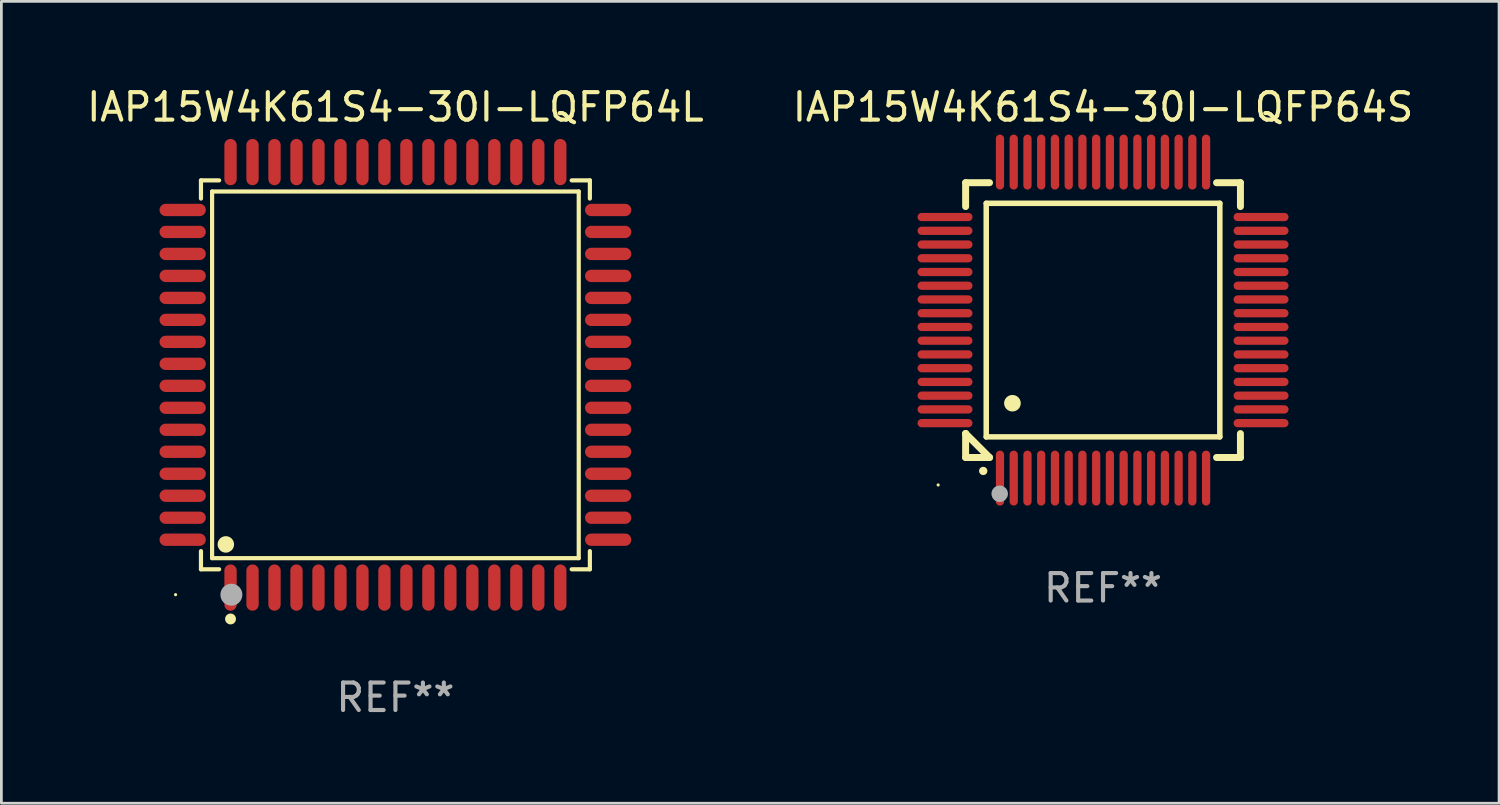
<source format=kicad_pcb>
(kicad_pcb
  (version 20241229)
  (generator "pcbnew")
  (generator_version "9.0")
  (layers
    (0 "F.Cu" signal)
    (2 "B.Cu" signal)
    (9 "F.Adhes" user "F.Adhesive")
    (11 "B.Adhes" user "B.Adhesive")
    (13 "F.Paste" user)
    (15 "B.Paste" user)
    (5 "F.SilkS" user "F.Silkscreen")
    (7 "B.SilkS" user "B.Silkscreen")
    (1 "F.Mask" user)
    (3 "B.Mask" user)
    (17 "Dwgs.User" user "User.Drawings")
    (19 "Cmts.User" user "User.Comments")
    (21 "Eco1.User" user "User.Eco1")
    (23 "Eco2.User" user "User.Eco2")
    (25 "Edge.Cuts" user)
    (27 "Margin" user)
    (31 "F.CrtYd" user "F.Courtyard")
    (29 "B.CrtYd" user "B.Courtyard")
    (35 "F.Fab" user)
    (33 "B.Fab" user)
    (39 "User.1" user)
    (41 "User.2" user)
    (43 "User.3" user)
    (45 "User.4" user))
  (footprint "IAP15W4K61S4-30I-LQFP64S"
    (layer "F.Cu")
    (at 37.089 8.598)
    (property "Reference" "IAP15W4K61S4-30I-LQFP64S" (at 0 -7.75 0) (layer "F.SilkS") (effects (font (size 1 1) (thickness 0.15))))
    (attr through_hole)
    (fp_line (start -5 -5) (end -4.131 -5) (stroke (width 0.254) (type solid)) (layer "F.SilkS"))
    (fp_line (start -5 -4.131) (end -5 -5) (stroke (width 0.254) (type solid)) (layer "F.SilkS"))
    (fp_line (start -5 4.131) (end -5 4.131) (stroke (width 0.254) (type solid)) (layer "F.SilkS"))
    (fp_line (start -5 5) (end -5 4.131) (stroke (width 0.254) (type solid)) (layer "F.SilkS"))
    (fp_line (start -5 4.131) (end -4.131 5) (stroke (width 0.254) (type solid)) (layer "F.SilkS"))
    (fp_line (start -4.25 -4.25) (end -4.25 4.25) (stroke (width 0.2) (type solid)) (layer "F.SilkS"))
    (fp_line (start -4.25 4.25) (end 4.25 4.25) (stroke (width 0.2) (type solid)) (layer "F.SilkS"))
    (fp_line (start -4.131 5) (end -5 5) (stroke (width 0.254) (type solid)) (layer "F.SilkS"))
    (fp_line (start 4.25 -4.25) (end -4.25 -4.25) (stroke (width 0.2) (type solid)) (layer "F.SilkS"))
    (fp_line (start 4.25 4.25) (end 4.25 -4.25) (stroke (width 0.2) (type solid)) (layer "F.SilkS"))
    (fp_line (start 5 -5) (end 4.131 -5) (stroke (width 0.254) (type solid)) (layer "F.SilkS"))
    (fp_line (start 5 -5) (end 5 -4.131) (stroke (width 0.254) (type solid)) (layer "F.SilkS"))
    (fp_line (start 5 4.131) (end 5 5) (stroke (width 0.254) (type solid)) (layer "F.SilkS"))
    (fp_line (start 5 5) (end 4.131 5) (stroke (width 0.254) (type solid)) (layer "F.SilkS"))
    (fp_arc (start -4.361265 5.489992) (mid -4.359995 5.489987) (end -4.358725 5.489992) (stroke (width 0.3) (type solid)) (layer "F.SilkS"))
    (fp_arc (start -3.299467 3.025146) (mid -3.296927 3.025135) (end -3.294387 3.025146) (stroke (width 0.6) (type solid)) (layer "F.SilkS"))
    (fp_circle (center -6 6) (end -5.97 6) (stroke (width 0.06) (type solid)) (fill no) (layer "F.SilkS"))
    (fp_circle (center -3.76 6.32) (end -3.61 6.32) (stroke (width 0.3) (type solid)) (fill no) (layer "F.Fab"))
    (fp_text user "REF**" (at 0 9.75 0) (layer "F.Fab") (effects (font (size 1 1) (thickness 0.15))))
    (pad "1" smd oval (at -3.75 5.75) (size 0.3 2) (layers "F.Cu" "F.Mask" "F.Paste"))
    (pad "2" smd oval (at -3.25 5.75) (size 0.3 2) (layers "F.Cu" "F.Mask" "F.Paste"))
    (pad "3" smd oval (at -2.75 5.75) (size 0.3 2) (layers "F.Cu" "F.Mask" "F.Paste"))
    (pad "4" smd oval (at -2.25 5.75) (size 0.3 2) (layers "F.Cu" "F.Mask" "F.Paste"))
    (pad "5" smd oval (at -1.75 5.75) (size 0.3 2) (layers "F.Cu" "F.Mask" "F.Paste"))
    (pad "6" smd oval (at -1.25 5.75) (size 0.3 2) (layers "F.Cu" "F.Mask" "F.Paste"))
    (pad "7" smd oval (at -0.75 5.75) (size 0.3 2) (layers "F.Cu" "F.Mask" "F.Paste"))
    (pad "8" smd oval (at -0.25 5.75) (size 0.3 2) (layers "F.Cu" "F.Mask" "F.Paste"))
    (pad "9" smd oval (at 0.25 5.75) (size 0.3 2) (layers "F.Cu" "F.Mask" "F.Paste"))
    (pad "10" smd oval (at 0.75 5.75) (size 0.3 2) (layers "F.Cu" "F.Mask" "F.Paste"))
    (pad "11" smd oval (at 1.25 5.75) (size 0.3 2) (layers "F.Cu" "F.Mask" "F.Paste"))
    (pad "12" smd oval (at 1.75 5.75) (size 0.3 2) (layers "F.Cu" "F.Mask" "F.Paste"))
    (pad "13" smd oval (at 2.25 5.75) (size 0.3 2) (layers "F.Cu" "F.Mask" "F.Paste"))
    (pad "14" smd oval (at 2.75 5.75) (size 0.3 2) (layers "F.Cu" "F.Mask" "F.Paste"))
    (pad "15" smd oval (at 3.25 5.75) (size 0.3 2) (layers "F.Cu" "F.Mask" "F.Paste"))
    (pad "16" smd oval (at 3.75 5.75) (size 0.3 2) (layers "F.Cu" "F.Mask" "F.Paste"))
    (pad "17" smd oval (at 5.75 3.75) (size 2 0.3) (layers "F.Cu" "F.Mask" "F.Paste"))
    (pad "18" smd oval (at 5.75 3.25) (size 2 0.3) (layers "F.Cu" "F.Mask" "F.Paste"))
    (pad "19" smd oval (at 5.75 2.75) (size 2 0.3) (layers "F.Cu" "F.Mask" "F.Paste"))
    (pad "20" smd oval (at 5.75 2.25) (size 2 0.3) (layers "F.Cu" "F.Mask" "F.Paste"))
    (pad "21" smd oval (at 5.75 1.75) (size 2 0.3) (layers "F.Cu" "F.Mask" "F.Paste"))
    (pad "22" smd oval (at 5.75 1.25) (size 2 0.3) (layers "F.Cu" "F.Mask" "F.Paste"))
    (pad "23" smd oval (at 5.75 0.75) (size 2 0.3) (layers "F.Cu" "F.Mask" "F.Paste"))
    (pad "24" smd oval (at 5.75 0.25) (size 2 0.3) (layers "F.Cu" "F.Mask" "F.Paste"))
    (pad "25" smd oval (at 5.75 -0.25) (size 2 0.3) (layers "F.Cu" "F.Mask" "F.Paste"))
    (pad "26" smd oval (at 5.75 -0.75) (size 2 0.3) (layers "F.Cu" "F.Mask" "F.Paste"))
    (pad "27" smd oval (at 5.75 -1.25) (size 2 0.3) (layers "F.Cu" "F.Mask" "F.Paste"))
    (pad "28" smd oval (at 5.75 -1.75) (size 2 0.3) (layers "F.Cu" "F.Mask" "F.Paste"))
    (pad "29" smd oval (at 5.75 -2.25) (size 2 0.3) (layers "F.Cu" "F.Mask" "F.Paste"))
    (pad "30" smd oval (at 5.75 -2.75) (size 2 0.3) (layers "F.Cu" "F.Mask" "F.Paste"))
    (pad "31" smd oval (at 5.75 -3.25) (size 2 0.3) (layers "F.Cu" "F.Mask" "F.Paste"))
    (pad "32" smd oval (at 5.75 -3.75) (size 2 0.3) (layers "F.Cu" "F.Mask" "F.Paste"))
    (pad "33" smd oval (at 3.75 -5.75) (size 0.3 2) (layers "F.Cu" "F.Mask" "F.Paste"))
    (pad "34" smd oval (at 3.25 -5.75) (size 0.3 2) (layers "F.Cu" "F.Mask" "F.Paste"))
    (pad "35" smd oval (at 2.75 -5.75) (size 0.3 2) (layers "F.Cu" "F.Mask" "F.Paste"))
    (pad "36" smd oval (at 2.25 -5.75) (size 0.3 2) (layers "F.Cu" "F.Mask" "F.Paste"))
    (pad "37" smd oval (at 1.75 -5.75) (size 0.3 2) (layers "F.Cu" "F.Mask" "F.Paste"))
    (pad "38" smd oval (at 1.25 -5.75) (size 0.3 2) (layers "F.Cu" "F.Mask" "F.Paste"))
    (pad "39" smd oval (at 0.75 -5.75) (size 0.3 2) (layers "F.Cu" "F.Mask" "F.Paste"))
    (pad "40" smd oval (at 0.25 -5.75) (size 0.3 2) (layers "F.Cu" "F.Mask" "F.Paste"))
    (pad "41" smd oval (at -0.25 -5.75) (size 0.3 2) (layers "F.Cu" "F.Mask" "F.Paste"))
    (pad "42" smd oval (at -0.75 -5.75) (size 0.3 2) (layers "F.Cu" "F.Mask" "F.Paste"))
    (pad "43" smd oval (at -1.25 -5.75) (size 0.3 2) (layers "F.Cu" "F.Mask" "F.Paste"))
    (pad "44" smd oval (at -1.75 -5.75) (size 0.3 2) (layers "F.Cu" "F.Mask" "F.Paste"))
    (pad "45" smd oval (at -2.25 -5.75) (size 0.3 2) (layers "F.Cu" "F.Mask" "F.Paste"))
    (pad "46" smd oval (at -2.75 -5.75) (size 0.3 2) (layers "F.Cu" "F.Mask" "F.Paste"))
    (pad "47" smd oval (at -3.25 -5.75) (size 0.3 2) (layers "F.Cu" "F.Mask" "F.Paste"))
    (pad "48" smd oval (at -3.75 -5.75) (size 0.3 2) (layers "F.Cu" "F.Mask" "F.Paste"))
    (pad "49" smd oval (at -5.75 -3.75) (size 2 0.3) (layers "F.Cu" "F.Mask" "F.Paste"))
    (pad "50" smd oval (at -5.75 -3.25) (size 2 0.3) (layers "F.Cu" "F.Mask" "F.Paste"))
    (pad "51" smd oval (at -5.75 -2.75) (size 2 0.3) (layers "F.Cu" "F.Mask" "F.Paste"))
    (pad "52" smd oval (at -5.75 -2.25) (size 2 0.3) (layers "F.Cu" "F.Mask" "F.Paste"))
    (pad "53" smd oval (at -5.75 -1.75) (size 2 0.3) (layers "F.Cu" "F.Mask" "F.Paste"))
    (pad "54" smd oval (at -5.75 -1.25) (size 2 0.3) (layers "F.Cu" "F.Mask" "F.Paste"))
    (pad "55" smd oval (at -5.75 -0.75) (size 2 0.3) (layers "F.Cu" "F.Mask" "F.Paste"))
    (pad "56" smd oval (at -5.75 -0.25) (size 2 0.3) (layers "F.Cu" "F.Mask" "F.Paste"))
    (pad "57" smd oval (at -5.75 0.25) (size 2 0.3) (layers "F.Cu" "F.Mask" "F.Paste"))
    (pad "58" smd oval (at -5.75 0.75) (size 2 0.3) (layers "F.Cu" "F.Mask" "F.Paste"))
    (pad "59" smd oval (at -5.75 1.25) (size 2 0.3) (layers "F.Cu" "F.Mask" "F.Paste"))
    (pad "60" smd oval (at -5.75 1.75) (size 2 0.3) (layers "F.Cu" "F.Mask" "F.Paste"))
    (pad "61" smd oval (at -5.75 2.25) (size 2 0.3) (layers "F.Cu" "F.Mask" "F.Paste"))
    (pad "62" smd oval (at -5.75 2.75) (size 2 0.3) (layers "F.Cu" "F.Mask" "F.Paste"))
    (pad "63" smd oval (at -5.75 3.25) (size 2 0.3) (layers "F.Cu" "F.Mask" "F.Paste"))
    (pad "64" smd oval (at -5.75 3.75) (size 2 0.3) (layers "F.Cu" "F.Mask" "F.Paste")))
  (footprint "IAP15W4K61S4-30I-LQFP64L"
    (layer "F.Cu")
    (at 11.339 10.59)
    (property "Reference" "IAP15W4K61S4-30I-LQFP64L" (at 0 -9.742 0) (layer "F.SilkS") (effects (font (size 1 1) (thickness 0.15))))
    (attr through_hole)
    (fp_line (start -7.076 -7.076) (end -6.415 -7.076) (stroke (width 0.152) (type solid)) (layer "F.SilkS"))
    (fp_line (start -7.076 -6.415) (end -7.076 -7.076) (stroke (width 0.152) (type solid)) (layer "F.SilkS"))
    (fp_line (start -7.076 6.415) (end -7.076 7.076) (stroke (width 0.152) (type solid)) (layer "F.SilkS"))
    (fp_line (start -7.076 7.076) (end -6.415 7.076) (stroke (width 0.152) (type solid)) (layer "F.SilkS"))
    (fp_line (start -6.671 -6.671) (end 6.671 -6.671) (stroke (width 0.152) (type solid)) (layer "F.SilkS"))
    (fp_line (start -6.671 6.671) (end -6.671 -6.671) (stroke (width 0.152) (type solid)) (layer "F.SilkS"))
    (fp_line (start 6.671 -6.671) (end 6.671 6.671) (stroke (width 0.152) (type solid)) (layer "F.SilkS"))
    (fp_line (start 6.671 6.671) (end -6.671 6.671) (stroke (width 0.152) (type solid)) (layer "F.SilkS"))
    (fp_line (start 7.076 -7.076) (end 6.415 -7.076) (stroke (width 0.152) (type solid)) (layer "F.SilkS"))
    (fp_line (start 7.076 -6.415) (end 7.076 -7.076) (stroke (width 0.152) (type solid)) (layer "F.SilkS"))
    (fp_line (start 7.076 6.415) (end 7.076 7.076) (stroke (width 0.152) (type solid)) (layer "F.SilkS"))
    (fp_line (start 7.076 7.076) (end 6.415 7.076) (stroke (width 0.152) (type solid)) (layer "F.SilkS"))
    (fp_circle (center -8 8) (end -7.97 8) (stroke (width 0.06) (type solid)) (fill no) (layer "F.SilkS"))
    (fp_circle (center -6.171 6.171) (end -6.021 6.171) (stroke (width 0.3) (type solid)) (fill no) (layer "F.SilkS"))
    (fp_circle (center -6 8.884) (end -5.9 8.884) (stroke (width 0.2) (type solid)) (fill no) (layer "F.SilkS"))
    (fp_circle (center -5.969 8.001) (end -5.769 8.001) (stroke (width 0.4) (type solid)) (fill no) (layer "F.Fab"))
    (fp_text user "REF**" (at 0 11.742 0) (layer "F.Fab") (effects (font (size 1 1) (thickness 0.15))))
    (pad "1" smd oval (at -6 7.742) (size 0.448 1.684) (layers "F.Cu" "F.Mask" "F.Paste"))
    (pad "2" smd oval (at -5.2 7.742) (size 0.448 1.684) (layers "F.Cu" "F.Mask" "F.Paste"))
    (pad "3" smd oval (at -4.4 7.742) (size 0.448 1.684) (layers "F.Cu" "F.Mask" "F.Paste"))
    (pad "4" smd oval (at -3.6 7.742) (size 0.448 1.684) (layers "F.Cu" "F.Mask" "F.Paste"))
    (pad "5" smd oval (at -2.8 7.742) (size 0.448 1.684) (layers "F.Cu" "F.Mask" "F.Paste"))
    (pad "6" smd oval (at -2 7.742) (size 0.448 1.684) (layers "F.Cu" "F.Mask" "F.Paste"))
    (pad "7" smd oval (at -1.2 7.742) (size 0.448 1.684) (layers "F.Cu" "F.Mask" "F.Paste"))
    (pad "8" smd oval (at -0.4 7.742) (size 0.448 1.684) (layers "F.Cu" "F.Mask" "F.Paste"))
    (pad "9" smd oval (at 0.4 7.742) (size 0.448 1.684) (layers "F.Cu" "F.Mask" "F.Paste"))
    (pad "10" smd oval (at 1.2 7.742) (size 0.448 1.684) (layers "F.Cu" "F.Mask" "F.Paste"))
    (pad "11" smd oval (at 2 7.742) (size 0.448 1.684) (layers "F.Cu" "F.Mask" "F.Paste"))
    (pad "12" smd oval (at 2.8 7.742) (size 0.448 1.684) (layers "F.Cu" "F.Mask" "F.Paste"))
    (pad "13" smd oval (at 3.6 7.742) (size 0.448 1.684) (layers "F.Cu" "F.Mask" "F.Paste"))
    (pad "14" smd oval (at 4.4 7.742) (size 0.448 1.684) (layers "F.Cu" "F.Mask" "F.Paste"))
    (pad "15" smd oval (at 5.2 7.742) (size 0.448 1.684) (layers "F.Cu" "F.Mask" "F.Paste"))
    (pad "16" smd oval (at 6 7.742) (size 0.448 1.684) (layers "F.Cu" "F.Mask" "F.Paste"))
    (pad "17" smd oval (at 7.742 6) (size 1.684 0.448) (layers "F.Cu" "F.Mask" "F.Paste"))
    (pad "18" smd oval (at 7.742 5.2) (size 1.684 0.448) (layers "F.Cu" "F.Mask" "F.Paste"))
    (pad "19" smd oval (at 7.742 4.4) (size 1.684 0.448) (layers "F.Cu" "F.Mask" "F.Paste"))
    (pad "20" smd oval (at 7.742 3.6) (size 1.684 0.448) (layers "F.Cu" "F.Mask" "F.Paste"))
    (pad "21" smd oval (at 7.742 2.8) (size 1.684 0.448) (layers "F.Cu" "F.Mask" "F.Paste"))
    (pad "22" smd oval (at 7.742 2) (size 1.684 0.448) (layers "F.Cu" "F.Mask" "F.Paste"))
    (pad "23" smd oval (at 7.742 1.2) (size 1.684 0.448) (layers "F.Cu" "F.Mask" "F.Paste"))
    (pad "24" smd oval (at 7.742 0.4) (size 1.684 0.448) (layers "F.Cu" "F.Mask" "F.Paste"))
    (pad "25" smd oval (at 7.742 -0.4) (size 1.684 0.448) (layers "F.Cu" "F.Mask" "F.Paste"))
    (pad "26" smd oval (at 7.742 -1.2) (size 1.684 0.448) (layers "F.Cu" "F.Mask" "F.Paste"))
    (pad "27" smd oval (at 7.742 -2) (size 1.684 0.448) (layers "F.Cu" "F.Mask" "F.Paste"))
    (pad "28" smd oval (at 7.742 -2.8) (size 1.684 0.448) (layers "F.Cu" "F.Mask" "F.Paste"))
    (pad "29" smd oval (at 7.742 -3.6) (size 1.684 0.448) (layers "F.Cu" "F.Mask" "F.Paste"))
    (pad "30" smd oval (at 7.742 -4.4) (size 1.684 0.448) (layers "F.Cu" "F.Mask" "F.Paste"))
    (pad "31" smd oval (at 7.742 -5.2) (size 1.684 0.448) (layers "F.Cu" "F.Mask" "F.Paste"))
    (pad "32" smd oval (at 7.742 -6) (size 1.684 0.448) (layers "F.Cu" "F.Mask" "F.Paste"))
    (pad "33" smd oval (at 6 -7.742) (size 0.448 1.684) (layers "F.Cu" "F.Mask" "F.Paste"))
    (pad "34" smd oval (at 5.2 -7.742) (size 0.448 1.684) (layers "F.Cu" "F.Mask" "F.Paste"))
    (pad "35" smd oval (at 4.4 -7.742) (size 0.448 1.684) (layers "F.Cu" "F.Mask" "F.Paste"))
    (pad "36" smd oval (at 3.6 -7.742) (size 0.448 1.684) (layers "F.Cu" "F.Mask" "F.Paste"))
    (pad "37" smd oval (at 2.8 -7.742) (size 0.448 1.684) (layers "F.Cu" "F.Mask" "F.Paste"))
    (pad "38" smd oval (at 2 -7.742) (size 0.448 1.684) (layers "F.Cu" "F.Mask" "F.Paste"))
    (pad "39" smd oval (at 1.2 -7.742) (size 0.448 1.684) (layers "F.Cu" "F.Mask" "F.Paste"))
    (pad "40" smd oval (at 0.4 -7.742) (size 0.448 1.684) (layers "F.Cu" "F.Mask" "F.Paste"))
    (pad "41" smd oval (at -0.4 -7.742) (size 0.448 1.684) (layers "F.Cu" "F.Mask" "F.Paste"))
    (pad "42" smd oval (at -1.2 -7.742) (size 0.448 1.684) (layers "F.Cu" "F.Mask" "F.Paste"))
    (pad "43" smd oval (at -2 -7.742) (size 0.448 1.684) (layers "F.Cu" "F.Mask" "F.Paste"))
    (pad "44" smd oval (at -2.8 -7.742) (size 0.448 1.684) (layers "F.Cu" "F.Mask" "F.Paste"))
    (pad "45" smd oval (at -3.6 -7.742) (size 0.448 1.684) (layers "F.Cu" "F.Mask" "F.Paste"))
    (pad "46" smd oval (at -4.4 -7.742) (size 0.448 1.684) (layers "F.Cu" "F.Mask" "F.Paste"))
    (pad "47" smd oval (at -5.2 -7.742) (size 0.448 1.684) (layers "F.Cu" "F.Mask" "F.Paste"))
    (pad "48" smd oval (at -6 -7.742) (size 0.448 1.684) (layers "F.Cu" "F.Mask" "F.Paste"))
    (pad "49" smd oval (at -7.742 -6) (size 1.684 0.448) (layers "F.Cu" "F.Mask" "F.Paste"))
    (pad "50" smd oval (at -7.742 -5.2) (size 1.684 0.448) (layers "F.Cu" "F.Mask" "F.Paste"))
    (pad "51" smd oval (at -7.742 -4.4) (size 1.684 0.448) (layers "F.Cu" "F.Mask" "F.Paste"))
    (pad "52" smd oval (at -7.742 -3.6) (size 1.684 0.448) (layers "F.Cu" "F.Mask" "F.Paste"))
    (pad "53" smd oval (at -7.742 -2.8) (size 1.684 0.448) (layers "F.Cu" "F.Mask" "F.Paste"))
    (pad "54" smd oval (at -7.742 -2) (size 1.684 0.448) (layers "F.Cu" "F.Mask" "F.Paste"))
    (pad "55" smd oval (at -7.742 -1.2) (size 1.684 0.448) (layers "F.Cu" "F.Mask" "F.Paste"))
    (pad "56" smd oval (at -7.742 -0.4) (size 1.684 0.448) (layers "F.Cu" "F.Mask" "F.Paste"))
    (pad "57" smd oval (at -7.742 0.4) (size 1.684 0.448) (layers "F.Cu" "F.Mask" "F.Paste"))
    (pad "58" smd oval (at -7.742 1.2) (size 1.684 0.448) (layers "F.Cu" "F.Mask" "F.Paste"))
    (pad "59" smd oval (at -7.742 2) (size 1.684 0.448) (layers "F.Cu" "F.Mask" "F.Paste"))
    (pad "60" smd oval (at -7.742 2.8) (size 1.684 0.448) (layers "F.Cu" "F.Mask" "F.Paste"))
    (pad "61" smd oval (at -7.742 3.6) (size 1.684 0.448) (layers "F.Cu" "F.Mask" "F.Paste"))
    (pad "62" smd oval (at -7.742 4.4) (size 1.684 0.448) (layers "F.Cu" "F.Mask" "F.Paste"))
    (pad "63" smd oval (at -7.742 5.2) (size 1.684 0.448) (layers "F.Cu" "F.Mask" "F.Paste"))
    (pad "64" smd oval (at -7.742 6) (size 1.684 0.448) (layers "F.Cu" "F.Mask" "F.Paste")))
  (gr_rect
    (start -3 -3)
    (end 51.5 26.18)
    (stroke (width 0.1) (type default))
    (fill no)
    (layer "Edge.Cuts")))
</source>
